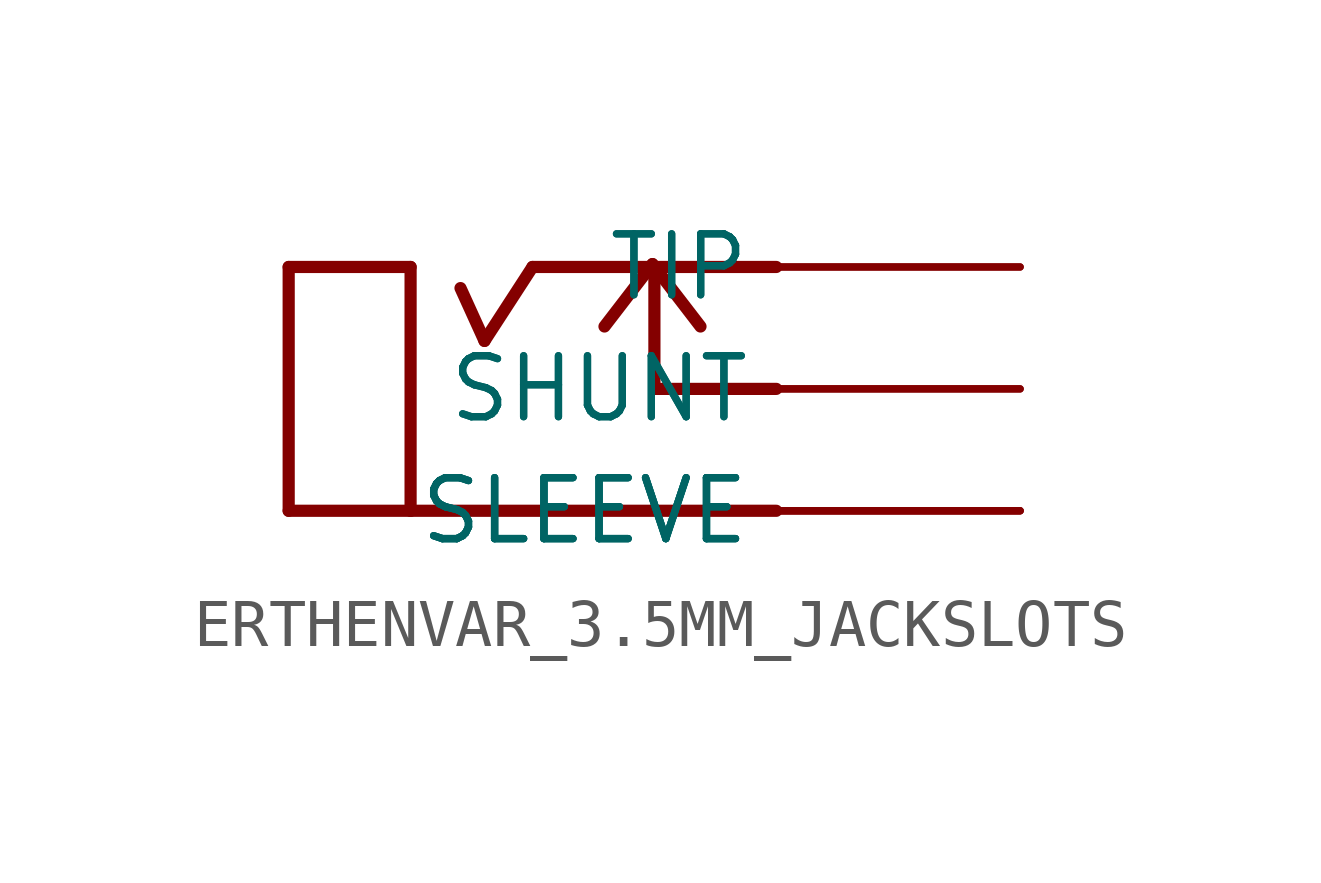
<source format=kicad_sym>
(kicad_symbol_lib
  (version 20211014)
  (generator kicad_symbol_editor)
  (symbol "ERTHENVAR_3.5MM_JACKSLOTS"
    (property "Reference" ""
      (at 0 0 0)
      (effects (font (size 1.27 1.27)) hide))
    (property "ki_locked" ""
      (at 0 0 0)
      (effects (font (size 1.27 1.27))))
    (symbol "ERTHENVAR_3.5MM_JACKSLOTS_1_0"
      (polyline (pts (xy -5.08 -2.54) (xy -5.08 2.54)) (stroke (width 0.254) (type default) (color 0 0 0 0)) (fill (type none)))
      (polyline (pts (xy -5.08 -2.54) (xy -2.54 -2.54)) (stroke (width 0.254) (type default) (color 0 0 0 0)) (fill (type none)))
      (polyline (pts (xy -5.08 2.54) (xy -2.54 2.54)) (stroke (width 0.254) (type default) (color 0 0 0 0)) (fill (type none)))
      (polyline (pts (xy -2.54 -2.54) (xy 5.08 -2.54)) (stroke (width 0.254) (type default) (color 0 0 0 0)) (fill (type none)))
      (polyline (pts (xy -2.54 2.54) (xy -2.54 -2.54)) (stroke (width 0.254) (type default) (color 0 0 0 0)) (fill (type none)))
      (polyline (pts (xy -1 1) (xy -1.5 2.1)) (stroke (width 0.254) (type default) (color 0 0 0 0)) (fill (type none)))
      (polyline (pts (xy -1 1) (xy 0 2.54)) (stroke (width 0.254) (type default) (color 0 0 0 0)) (fill (type none)))
      (polyline (pts (xy 0 2.54) (xy 2.54 2.54)) (stroke (width 0.254) (type default) (color 0 0 0 0)) (fill (type none)))
      (polyline (pts (xy 2.5 2.6) (xy 1.5 1.3)) (stroke (width 0.254) (type default) (color 0 0 0 0)) (fill (type none)))
      (polyline (pts (xy 2.5 2.6) (xy 3.5 1.3)) (stroke (width 0.254) (type default) (color 0 0 0 0)) (fill (type none)))
      (polyline (pts (xy 2.54 0) (xy 2.54 2.54)) (stroke (width 0.254) (type default) (color 0 0 0 0)) (fill (type none)))
      (polyline (pts (xy 2.54 2.54) (xy 5.08 2.54)) (stroke (width 0.254) (type default) (color 0 0 0 0)) (fill (type none)))
      (polyline (pts (xy 5.08 0) (xy 2.54 0)) (stroke (width 0.254) (type default) (color 0 0 0 0)) (fill (type none)))
      (pin bidirectional line (at 10.16 0 180) (length 5.08) (name "SHUNT" (effects (font (size 1.27 1.27)))) (number "NORMLB" (effects (font (size 0 0)))))
      (pin bidirectional line (at 10.16 0 180) (length 5.08) (name "SHUNT" (effects (font (size 1.27 1.27)))) (number "NORMLT" (effects (font (size 0 0)))))
      (pin bidirectional line (at 10.16 -2.54 180) (length 5.08) (name "SLEEVE" (effects (font (size 1.27 1.27)))) (number "RING1B" (effects (font (size 0 0)))))
      (pin bidirectional line (at 10.16 -2.54 180) (length 5.08) (name "SLEEVE" (effects (font (size 1.27 1.27)))) (number "RING1T" (effects (font (size 0 0)))))
      (pin bidirectional line (at 10.16 -2.54 180) (length 5.08) (name "SLEEVE" (effects (font (size 1.27 1.27)))) (number "RING2H" (effects (font (size 0 0)))))
      (pin bidirectional line (at 10.16 2.54 180) (length 5.08) (name "TIP" (effects (font (size 1.27 1.27)))) (number "TIPB" (effects (font (size 0 0)))))
      (pin bidirectional line (at 10.16 2.54 180) (length 5.08) (name "TIP" (effects (font (size 1.27 1.27)))) (number "TIPT" (effects (font (size 0 0))))))))
</source>
